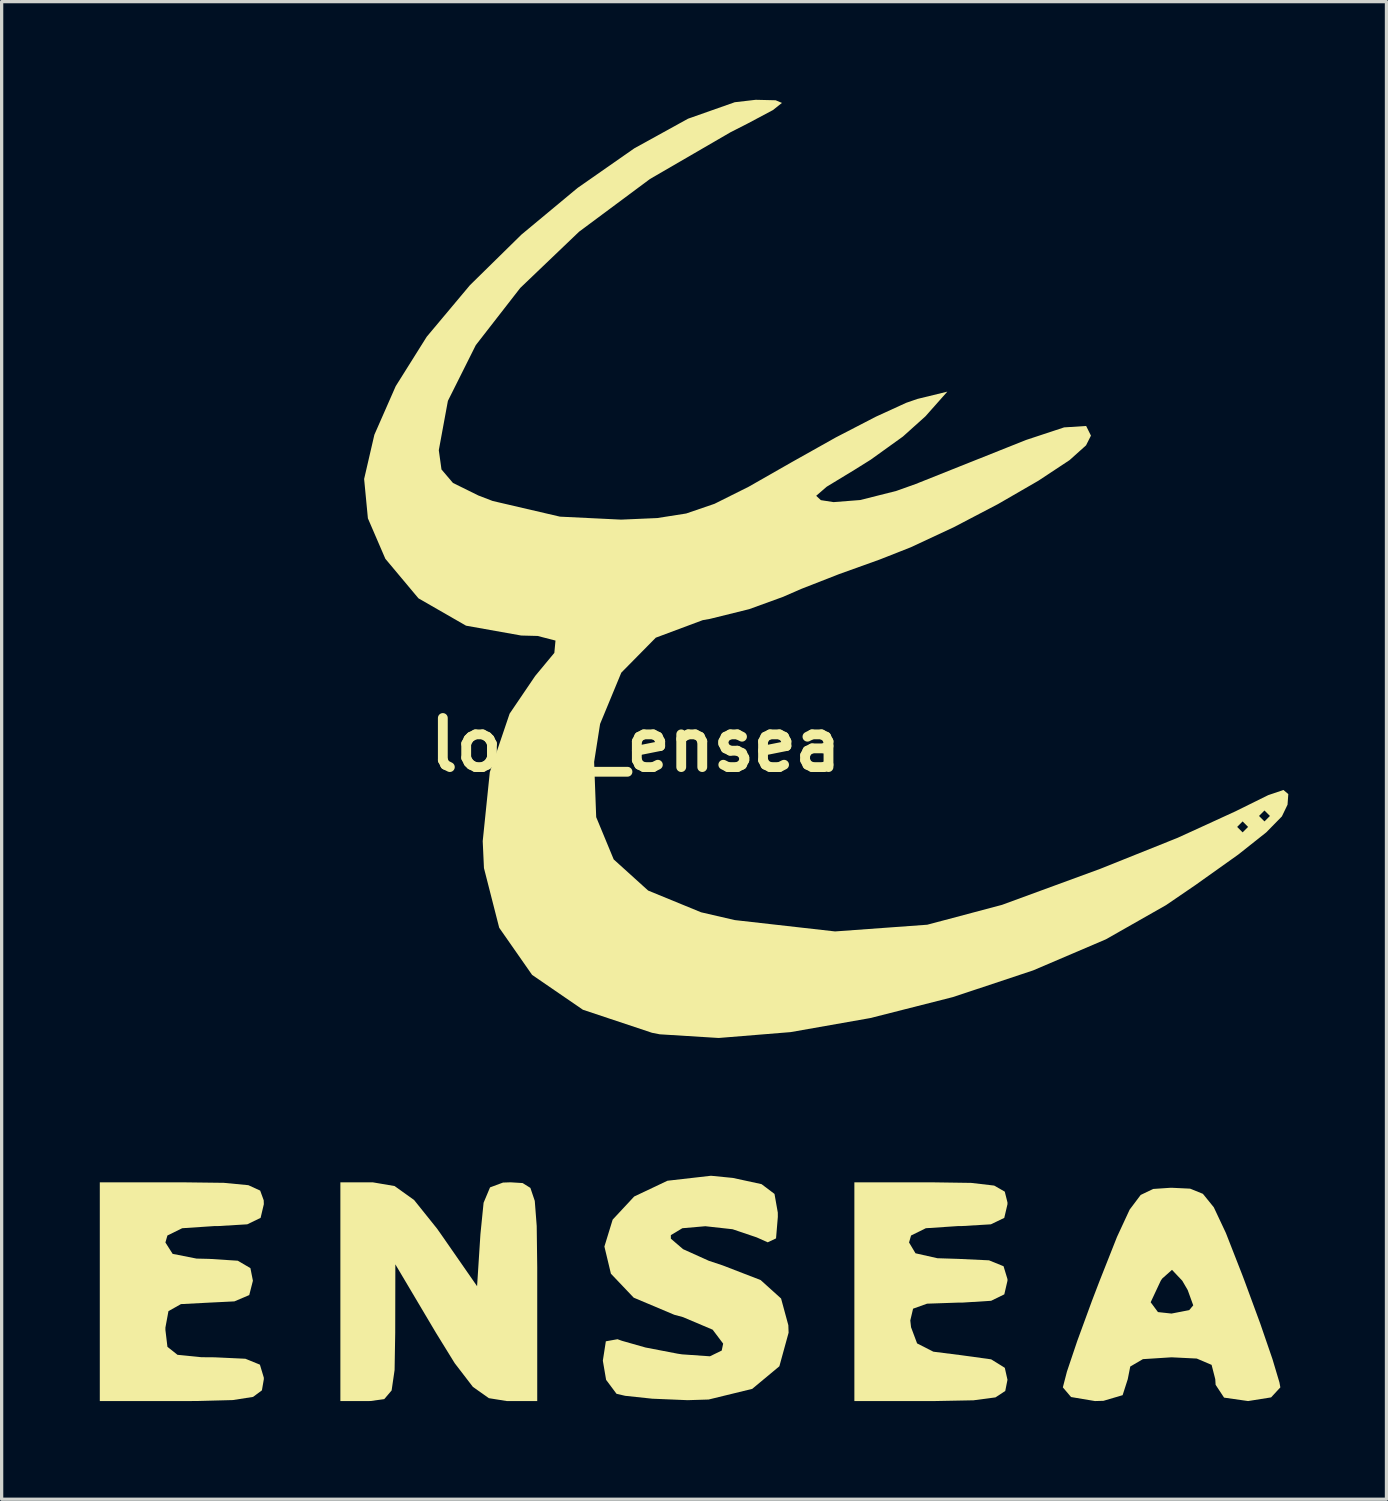
<source format=kicad_pcb>
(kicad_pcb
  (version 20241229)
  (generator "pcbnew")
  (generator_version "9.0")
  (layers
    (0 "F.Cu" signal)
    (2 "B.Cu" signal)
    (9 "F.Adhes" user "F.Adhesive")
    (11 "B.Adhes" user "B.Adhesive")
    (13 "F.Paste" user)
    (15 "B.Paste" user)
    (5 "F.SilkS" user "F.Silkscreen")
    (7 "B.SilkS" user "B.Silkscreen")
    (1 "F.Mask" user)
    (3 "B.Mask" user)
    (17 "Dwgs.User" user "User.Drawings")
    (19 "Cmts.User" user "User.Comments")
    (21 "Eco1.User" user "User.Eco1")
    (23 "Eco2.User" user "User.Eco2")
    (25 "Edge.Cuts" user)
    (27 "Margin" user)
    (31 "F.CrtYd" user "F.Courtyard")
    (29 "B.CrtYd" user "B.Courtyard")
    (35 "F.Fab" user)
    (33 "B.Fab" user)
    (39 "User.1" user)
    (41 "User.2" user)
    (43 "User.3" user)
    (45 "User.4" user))
  (footprint "logo_ensea"
    (layer "F.Cu")
    (at 16.376 19.714)
    (property "Reference" "logo_ensea" (at 0 0 0) (layer "F.SilkS") (effects (font (size 1.5 1.5) (thickness 0.3))))
    (attr board_only exclude_from_pos_files exclude_from_bom)
    (fp_poly (pts (xy -7.368 13.482) (xy -6.771 13.909) (xy -6.071 14.782) (xy -5.948 14.956) (xy -4.846 16.543) (xy -4.744 14.956) (xy -4.647 13.992) (xy -4.45 13.523) (xy -4.054 13.376) (xy -3.825 13.368) (xy -3.454 13.391) (xy -3.217 13.539) (xy -3.083 13.936) (xy -3.024 14.702) (xy -3.008 15.961) (xy -3.008 16.711) (xy -3.008 20.053) (xy -3.938 20.053) (xy -4.486 19.965) (xy -4.974 19.62) (xy -5.53 18.896) (xy -6.105 17.964) (xy -7.344 15.875) (xy -7.348 17.964) (xy -7.367 19.104) (xy -7.458 19.729) (xy -7.683 19.994) (xy -8.104 20.052) (xy -8.188 20.053) (xy -9.024 20.053) (xy -9.024 16.711) (xy -9.024 13.368) (xy -8.037 13.368)) (stroke (width 0) (type solid)) (fill yes) (layer "F.SilkS"))
    (fp_poly (pts (xy -12.588 13.384) (xy -11.836 13.456) (xy -11.475 13.621) (xy -11.367 13.917) (xy -11.363 14.037) (xy -11.462 14.455) (xy -11.87 14.652) (xy -12.759 14.705) (xy -12.867 14.705) (xy -13.858 14.771) (xy -14.31 14.994) (xy -14.371 15.207) (xy -14.15 15.555) (xy -13.419 15.699) (xy -13.034 15.708) (xy -12.16 15.764) (xy -11.773 15.991) (xy -11.697 16.376) (xy -11.809 16.814) (xy -12.263 17.007) (xy -13.034 17.045) (xy -13.896 17.09) (xy -14.278 17.305) (xy -14.371 17.808) (xy -14.371 17.88) (xy -14.309 18.396) (xy -14.002 18.64) (xy -13.273 18.713) (xy -12.867 18.716) (xy -11.927 18.76) (xy -11.483 18.941) (xy -11.364 19.336) (xy -11.363 19.384) (xy -11.422 19.726) (xy -11.692 19.926) (xy -12.312 20.023) (xy -13.419 20.052) (xy -13.87 20.053) (xy -16.376 20.053) (xy -16.376 16.711) (xy -16.376 13.368) (xy -13.87 13.368)) (stroke (width 0) (type solid)) (fill yes) (layer "F.SilkS"))
    (fp_poly (pts (xy 10.253 13.386) (xy 10.957 13.468) (xy 11.28 13.653) (xy 11.363 13.984) (xy 11.363 14.037) (xy 11.265 14.455) (xy 10.856 14.652) (xy 9.967 14.705) (xy 9.859 14.705) (xy 8.868 14.771) (xy 8.416 14.994) (xy 8.355 15.207) (xy 8.552 15.537) (xy 9.221 15.688) (xy 9.859 15.708) (xy 10.799 15.752) (xy 11.243 15.933) (xy 11.363 16.328) (xy 11.363 16.376) (xy 11.266 16.792) (xy 10.863 16.989) (xy 9.984 17.044) (xy 9.836 17.045) (xy 8.905 17.077) (xy 8.478 17.23) (xy 8.393 17.59) (xy 8.416 17.797) (xy 8.601 18.291) (xy 9.097 18.544) (xy 9.943 18.651) (xy 10.864 18.778) (xy 11.281 19.037) (xy 11.363 19.403) (xy 11.295 19.745) (xy 10.996 19.941) (xy 10.324 20.03) (xy 9.136 20.053) (xy 9.024 20.053) (xy 6.684 20.053) (xy 6.684 16.711) (xy 6.684 13.368) (xy 9.024 13.368)) (stroke (width 0) (type solid)) (fill yes) (layer "F.SilkS"))
    (fp_poly (pts (xy 2.971 13.234) (xy 3.847 13.424) (xy 4.243 13.723) (xy 4.344 14.293) (xy 4.345 14.426) (xy 4.29 15.082) (xy 4.037 15.202) (xy 3.698 15.051) (xy 2.962 14.802) (xy 2.13 14.71) (xy 1.427 14.771) (xy 1.075 14.983) (xy 1.076 15.091) (xy 1.449 15.411) (xy 2.242 15.769) (xy 2.659 15.907) (xy 3.819 16.355) (xy 4.444 16.919) (xy 4.666 17.735) (xy 4.674 17.964) (xy 4.392 18.99) (xy 3.562 19.681) (xy 2.23 20.006) (xy 1.587 20.026) (xy 0.508 19.981) (xy -0.32 19.893) (xy -0.585 19.831) (xy -0.903 19.405) (xy -1.003 18.819) (xy -0.911 18.227) (xy -0.555 18.163) (xy -0.418 18.212) (xy 0.3 18.416) (xy 1.286 18.606) (xy 1.42 18.626) (xy 2.27 18.685) (xy 2.63 18.51) (xy 2.674 18.298) (xy 2.353 17.872) (xy 1.449 17.489) (xy 1.18 17.416) (xy -0.06 16.893) (xy -0.756 16.161) (xy -0.955 15.331) (xy -0.703 14.509) (xy -0.045 13.802) (xy 0.972 13.32) (xy 2.301 13.168)) (stroke (width 0) (type solid)) (fill yes) (layer "F.SilkS"))
    (fp_poly (pts (xy 16.945 13.562) (xy 17.335 13.72) (xy 17.668 14.131) (xy 18.037 14.915) (xy 18.536 16.191) (xy 18.606 16.376) (xy 19.087 17.682) (xy 19.462 18.773) (xy 19.674 19.483) (xy 19.702 19.635) (xy 19.419 19.941) (xy 18.716 20.053) (xy 17.982 19.948) (xy 17.724 19.557) (xy 17.713 19.384) (xy 17.601 18.947) (xy 17.148 18.754) (xy 16.376 18.716) (xy 15.502 18.772) (xy 15.115 18.998) (xy 15.039 19.384) (xy 14.882 19.873) (xy 14.296 20.046) (xy 14.037 20.053) (xy 13.306 19.93) (xy 13.055 19.635) (xy 13.18 19.153) (xy 13.496 18.215) (xy 13.929 17.033) (xy 15.739 17.033) (xy 15.962 17.334) (xy 16.376 17.379) (xy 16.917 17.274) (xy 17.04 17.128) (xy 16.871 16.661) (xy 16.705 16.376) (xy 16.391 16.043) (xy 16.092 16.309) (xy 16.047 16.376) (xy 15.739 17.033) (xy 13.929 17.033) (xy 13.945 16.989) (xy 14.18 16.376) (xy 14.71 15.037) (xy 15.097 14.202) (xy 15.434 13.754) (xy 15.815 13.571) (xy 16.333 13.536) (xy 16.405 13.536)) (stroke (width 0) (type solid)) (fill yes) (layer "F.SilkS"))
    (fp_poly (pts (xy 4.278 -19.7) (xy 4.471 -19.619) (xy 4.197 -19.401) (xy 3.402 -18.978) (xy 2.904 -18.725) (xy 0.438 -17.294) (xy -1.729 -15.683) (xy -3.526 -13.965) (xy -4.885 -12.217) (xy -5.738 -10.513) (xy -6.016 -9.006) (xy -5.934 -8.417) (xy -5.583 -8.005) (xy -4.805 -7.621) (xy -4.37 -7.454) (xy -2.313 -6.975) (xy -0.444 -6.884) (xy 0.66 -6.932) (xy 1.544 -7.071) (xy 2.409 -7.367) (xy 3.454 -7.889) (xy 4.77 -8.64) (xy 6.115 -9.395) (xy 7.34 -10.029) (xy 8.271 -10.455) (xy 8.613 -10.573) (xy 9.525 -10.795) (xy 8.857 -10.042) (xy 8.168 -9.423) (xy 7.184 -8.716) (xy 6.685 -8.404) (xy 5.839 -7.89) (xy 5.517 -7.612) (xy 5.66 -7.479) (xy 6.05 -7.419) (xy 6.864 -7.483) (xy 7.962 -7.76) (xy 8.556 -7.972) (xy 9.891 -8.505) (xy 11.361 -9.091) (xy 11.933 -9.319) (xy 13.094 -9.703) (xy 13.767 -9.746) (xy 13.914 -9.451) (xy 13.764 -9.154) (xy 13.26 -8.702) (xy 12.308 -8.073) (xy 11.073 -7.359) (xy 9.72 -6.651) (xy 8.413 -6.041) (xy 7.46 -5.665) (xy 6.215 -5.218) (xy 5.067 -4.769) (xy 4.491 -4.519) (xy 3.47 -4.148) (xy 2.267 -3.85) (xy 2.05 -3.812) (xy 0.615 -3.276) (xy -0.439 -2.207) (xy -1.087 -0.64) (xy -1.269 0.521) (xy -1.206 2.208) (xy -0.671 3.5) (xy 0.382 4.452) (xy 2 5.116) (xy 3.027 5.354) (xy 6.094 5.701) (xy 8.911 5.496) (xy 11.196 4.889) (xy 14.195 3.789) (xy 16.565 2.839) (xy 17.292 2.507) (xy 18.382 2.507) (xy 18.549 2.674) (xy 18.716 2.507) (xy 18.549 2.339) (xy 18.382 2.507) (xy 17.292 2.507) (xy 18.022 2.172) (xy 19.05 2.172) (xy 19.217 2.339) (xy 19.384 2.172) (xy 19.217 2.005) (xy 19.05 2.172) (xy 18.022 2.172) (xy 18.33 2.031) (xy 18.41 1.991) (xy 19.331 1.536) (xy 19.797 1.378) (xy 19.945 1.504) (xy 19.922 1.827) (xy 19.749 2.186) (xy 19.272 2.673) (xy 18.416 3.352) (xy 17.105 4.285) (xy 16.209 4.897) (xy 14.371 5.942) (xy 12.147 6.892) (xy 9.696 7.707) (xy 7.173 8.348) (xy 4.734 8.778) (xy 2.537 8.957) (xy 0.737 8.845) (xy 0.501 8.799) (xy -1.611 8.095) (xy -3.165 7.029) (xy -4.17 5.589) (xy -4.636 3.765) (xy -4.674 2.941) (xy -4.457 0.833) (xy -3.852 -0.954) (xy -3.069 -2.108) (xy -2.485 -2.812) (xy -2.45 -3.188) (xy -2.997 -3.329) (xy -3.498 -3.342) (xy -5.184 -3.643) (xy -6.638 -4.479) (xy -7.65 -5.688) (xy -8.183 -6.923) (xy -8.298 -8.126) (xy -7.985 -9.478) (xy -7.333 -10.962) (xy -6.385 -12.473) (xy -5.065 -14.048) (xy -3.49 -15.595) (xy -1.776 -17.02) (xy -0.041 -18.231) (xy 1.6 -19.136) (xy 3.029 -19.64) (xy 3.669 -19.714)) (stroke (width 0) (type solid)) (fill yes) (layer "F.SilkS")))
  (gr_rect
    (start -3 -3)
    (end 39.321 42.767)
    (stroke (width 0.1) (type default))
    (fill no)
    (layer "Edge.Cuts")))
</source>
